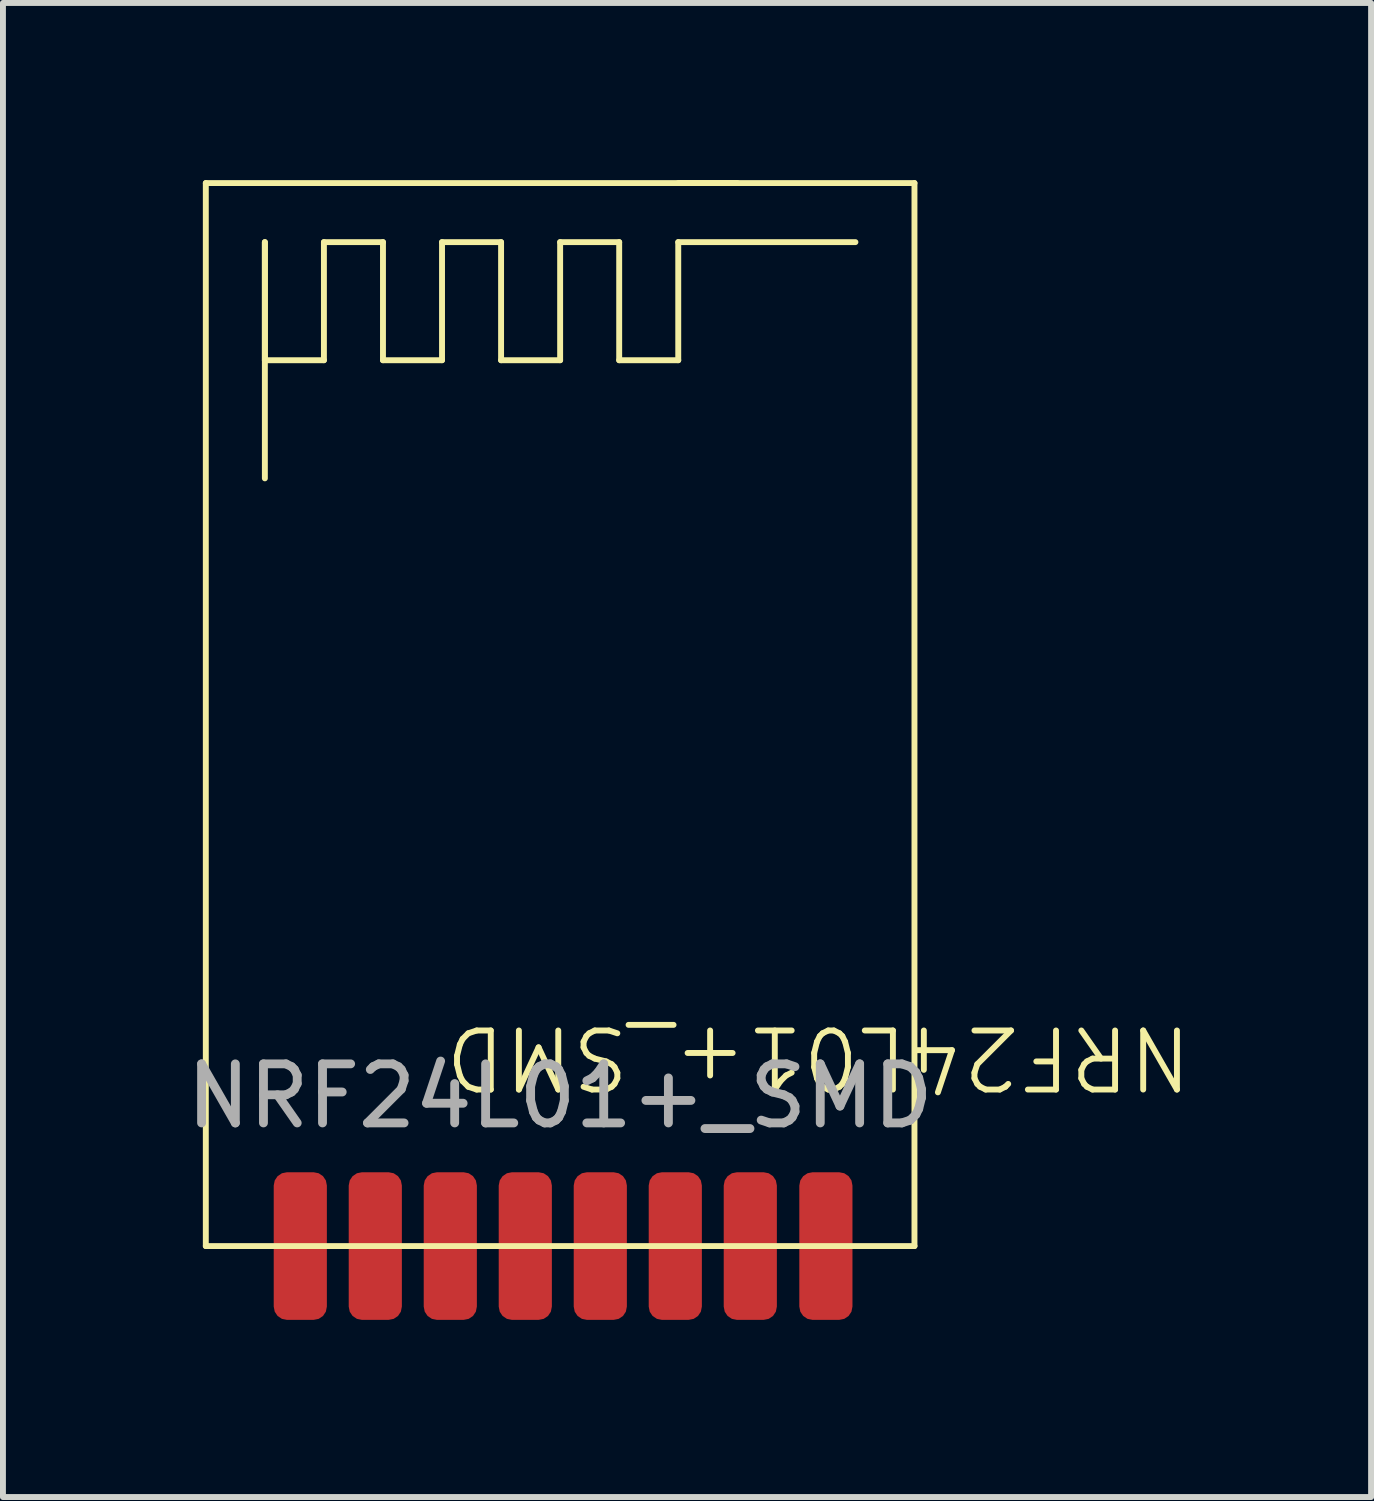
<source format=kicad_pcb>
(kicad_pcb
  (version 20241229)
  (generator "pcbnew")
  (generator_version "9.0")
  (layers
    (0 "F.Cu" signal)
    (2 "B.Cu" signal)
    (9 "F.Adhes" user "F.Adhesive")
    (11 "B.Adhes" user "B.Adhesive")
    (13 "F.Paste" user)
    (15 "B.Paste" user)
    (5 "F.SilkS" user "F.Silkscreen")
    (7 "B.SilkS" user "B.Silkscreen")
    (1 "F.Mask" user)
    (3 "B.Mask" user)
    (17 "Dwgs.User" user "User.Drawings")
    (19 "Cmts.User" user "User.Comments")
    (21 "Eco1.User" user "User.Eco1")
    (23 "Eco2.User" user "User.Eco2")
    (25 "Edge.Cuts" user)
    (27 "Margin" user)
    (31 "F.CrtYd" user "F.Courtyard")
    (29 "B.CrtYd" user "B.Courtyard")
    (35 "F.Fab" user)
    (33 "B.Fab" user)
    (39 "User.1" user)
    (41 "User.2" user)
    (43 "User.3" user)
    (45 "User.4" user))
  (footprint "NRF24L01+_SMD"
    (layer "F.Cu")
    (at 6.435 18.05)
    (property "Reference" "NRF24L01+_SMD" (at 4.373 -3.193 180) (unlocked yes) (layer "F.SilkS") (effects (font (size 1 1) (thickness 0.1))))
    (attr smd)
    (fp_line (start -6 -18) (end -6 0) (stroke (width 0.1) (type default)) (layer "F.SilkS"))
    (fp_line (start -6 0) (end 6 0) (stroke (width 0.1) (type default)) (layer "F.SilkS"))
    (fp_line (start -5 -17) (end -5 -13) (stroke (width 0.1) (type default)) (layer "F.SilkS"))
    (fp_line (start -5 -15) (end -5 -17) (stroke (width 0.1) (type default)) (layer "F.SilkS"))
    (fp_line (start -5 -15) (end -4 -15) (stroke (width 0.1) (type default)) (layer "F.SilkS"))
    (fp_line (start -4 -17) (end -3 -17) (stroke (width 0.1) (type default)) (layer "F.SilkS"))
    (fp_line (start -4 -15) (end -4 -17) (stroke (width 0.1) (type default)) (layer "F.SilkS"))
    (fp_line (start -3 -17) (end -3 -15) (stroke (width 0.1) (type default)) (layer "F.SilkS"))
    (fp_line (start -3 -15) (end -2 -15) (stroke (width 0.1) (type default)) (layer "F.SilkS"))
    (fp_line (start -2 -17) (end -1 -17) (stroke (width 0.1) (type default)) (layer "F.SilkS"))
    (fp_line (start -2 -15) (end -2 -17) (stroke (width 0.1) (type default)) (layer "F.SilkS"))
    (fp_line (start -1 -17) (end -1 -15) (stroke (width 0.1) (type default)) (layer "F.SilkS"))
    (fp_line (start -1 -15) (end 0 -15) (stroke (width 0.1) (type default)) (layer "F.SilkS"))
    (fp_line (start 0 -17) (end 1 -17) (stroke (width 0.1) (type default)) (layer "F.SilkS"))
    (fp_line (start 0 -15) (end 0 -17) (stroke (width 0.1) (type default)) (layer "F.SilkS"))
    (fp_line (start 1 -17) (end 1 -15) (stroke (width 0.1) (type default)) (layer "F.SilkS"))
    (fp_line (start 1 -15) (end 2 -15) (stroke (width 0.1) (type default)) (layer "F.SilkS"))
    (fp_line (start 2 -18) (end 3 -18) (stroke (width 0.1) (type default)) (layer "F.SilkS"))
    (fp_line (start 2 -17) (end 5 -17) (stroke (width 0.1) (type default)) (layer "F.SilkS"))
    (fp_line (start 2 -15) (end 2 -17) (stroke (width 0.1) (type default)) (layer "F.SilkS"))
    (fp_line (start 6 -18) (end -6 -18) (stroke (width 0.1) (type default)) (layer "F.SilkS"))
    (fp_line (start 6 0) (end 6 -18) (stroke (width 0.1) (type default)) (layer "F.SilkS"))
    (fp_text user "${REFERENCE}" (at 0 -2.54 0) (unlocked yes) (layer "F.Fab") (effects (font (size 1 1) (thickness 0.15))))
    (pad "1" smd roundrect (at -4.4 0 90) (size 2.5 0.9) (layers "F.Cu" "F.Mask" "F.Paste") (roundrect_rratio 0.25))
    (pad "2" smd roundrect (at -3.13 0 90) (size 2.5 0.9) (layers "F.Cu" "F.Mask" "F.Paste") (roundrect_rratio 0.25))
    (pad "3" smd roundrect (at -1.86 0 90) (size 2.5 0.9) (layers "F.Cu" "F.Mask" "F.Paste") (roundrect_rratio 0.25))
    (pad "4" smd roundrect (at -0.59 0 90) (size 2.5 0.9) (layers "F.Cu" "F.Mask" "F.Paste") (roundrect_rratio 0.25))
    (pad "5" smd roundrect (at 0.68 0 90) (size 2.5 0.9) (layers "F.Cu" "F.Mask" "F.Paste") (roundrect_rratio 0.25))
    (pad "6" smd roundrect (at 1.95 0 90) (size 2.5 0.9) (layers "F.Cu" "F.Mask" "F.Paste") (roundrect_rratio 0.25))
    (pad "7" smd roundrect (at 3.22 0 90) (size 2.5 0.9) (layers "F.Cu" "F.Mask" "F.Paste") (roundrect_rratio 0.25))
    (pad "8" smd roundrect (at 4.5 0 90) (size 2.5 0.9) (layers "F.Cu" "F.Mask" "F.Paste") (roundrect_rratio 0.25)))
  (gr_rect
    (start -3 -3)
    (end 20.167 22.3)
    (stroke (width 0.1) (type default))
    (fill no)
    (layer "Edge.Cuts")))
</source>
